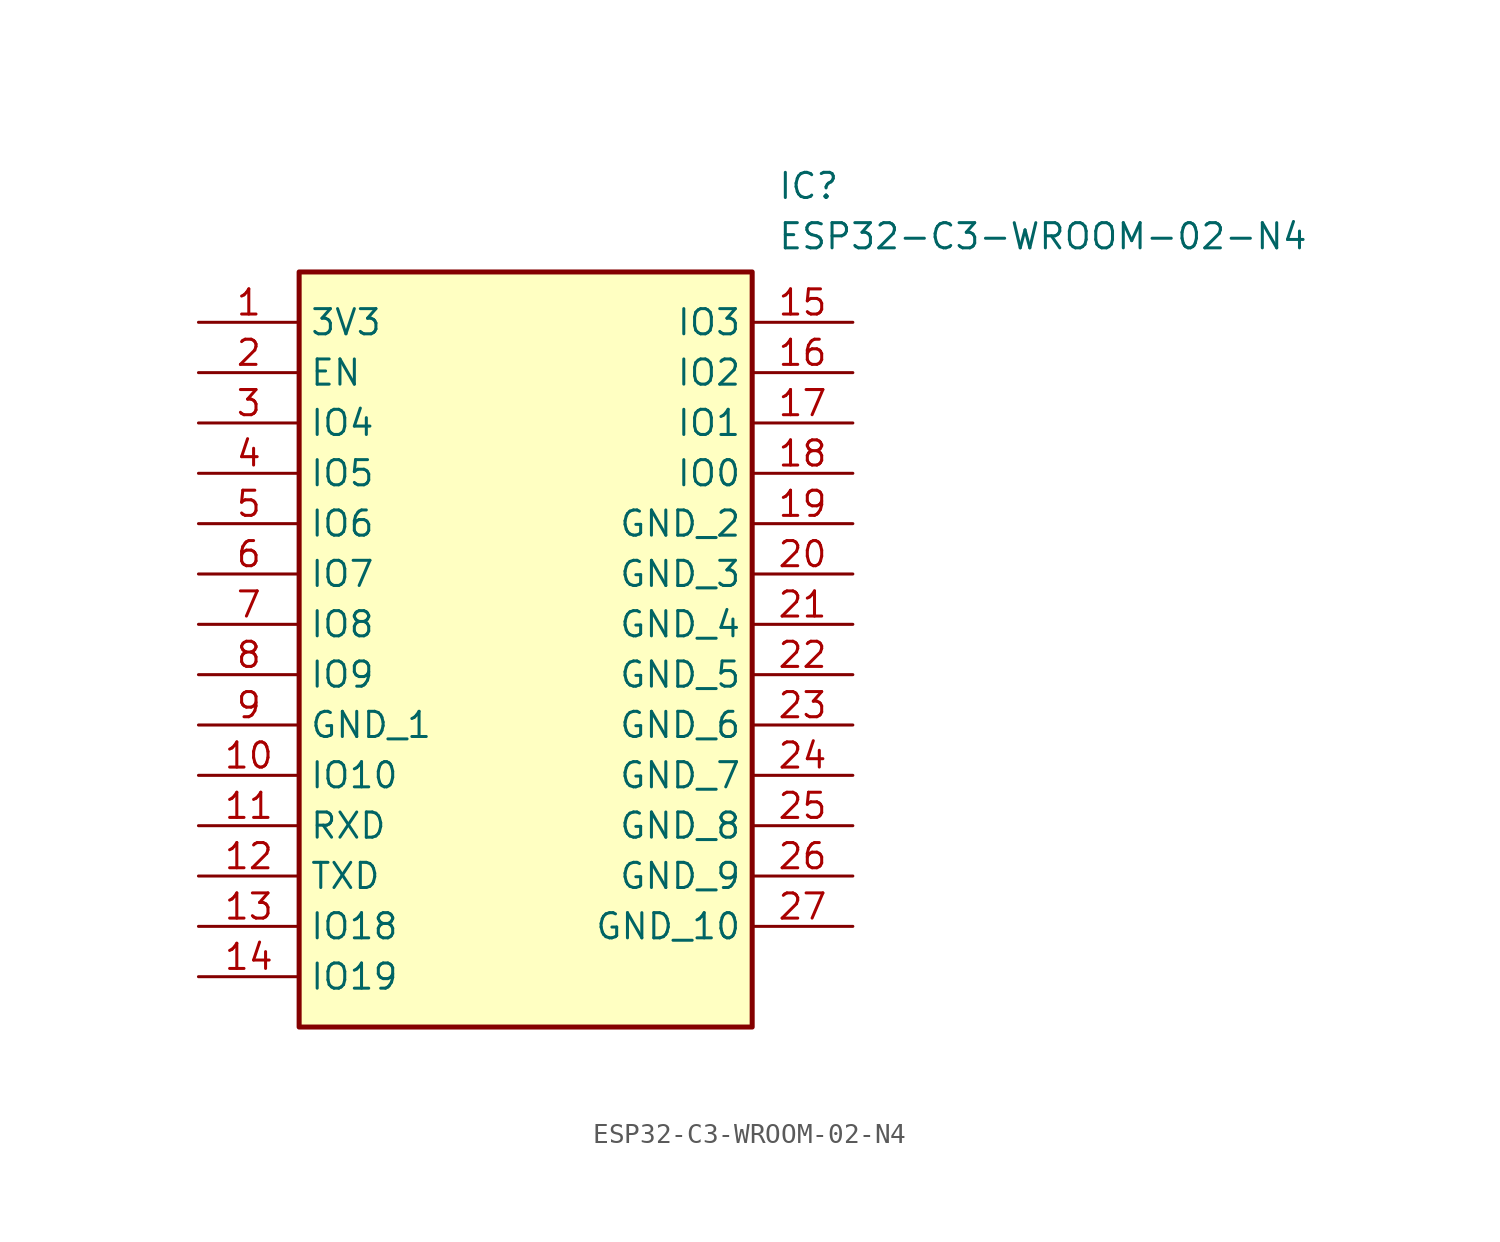
<source format=kicad_sym>
(kicad_symbol_lib
  (version 20241209)
  (generator "kicad_symbol_editor")
  (generator_version "9.0")
  (symbol "ESP32-C3-WROOM-02-N4"
    (property "Reference" "IC"
      (at 29.21 7.62 0)
      (effects (font (size 1.27 1.27)) (justify left top)))
    (property "Value" "ESP32-C3-WROOM-02-N4"
      (at 29.21 5.08 0)
      (effects (font (size 1.27 1.27)) (justify left top)))
    (symbol "ESP32-C3-WROOM-02-N4_1_1"
      (rectangle (start 5.08 2.54) (end 27.94 -35.56) (stroke (width 0.254) (type default)) (fill (type background)))
      (pin passive line (at 0 0 0) (length 5.08) (name "3V3" (effects (font (size 1.27 1.27)))) (number "1" (effects (font (size 1.27 1.27)))))
      (pin passive line (at 0 -2.54 0) (length 5.08) (name "EN" (effects (font (size 1.27 1.27)))) (number "2" (effects (font (size 1.27 1.27)))))
      (pin passive line (at 0 -5.08 0) (length 5.08) (name "IO4" (effects (font (size 1.27 1.27)))) (number "3" (effects (font (size 1.27 1.27)))))
      (pin passive line (at 0 -7.62 0) (length 5.08) (name "IO5" (effects (font (size 1.27 1.27)))) (number "4" (effects (font (size 1.27 1.27)))))
      (pin passive line (at 0 -10.16 0) (length 5.08) (name "IO6" (effects (font (size 1.27 1.27)))) (number "5" (effects (font (size 1.27 1.27)))))
      (pin passive line (at 0 -12.7 0) (length 5.08) (name "IO7" (effects (font (size 1.27 1.27)))) (number "6" (effects (font (size 1.27 1.27)))))
      (pin passive line (at 0 -15.24 0) (length 5.08) (name "IO8" (effects (font (size 1.27 1.27)))) (number "7" (effects (font (size 1.27 1.27)))))
      (pin passive line (at 0 -17.78 0) (length 5.08) (name "IO9" (effects (font (size 1.27 1.27)))) (number "8" (effects (font (size 1.27 1.27)))))
      (pin passive line (at 0 -20.32 0) (length 5.08) (name "GND_1" (effects (font (size 1.27 1.27)))) (number "9" (effects (font (size 1.27 1.27)))))
      (pin passive line (at 0 -22.86 0) (length 5.08) (name "IO10" (effects (font (size 1.27 1.27)))) (number "10" (effects (font (size 1.27 1.27)))))
      (pin passive line (at 0 -25.4 0) (length 5.08) (name "RXD" (effects (font (size 1.27 1.27)))) (number "11" (effects (font (size 1.27 1.27)))))
      (pin passive line (at 0 -27.94 0) (length 5.08) (name "TXD" (effects (font (size 1.27 1.27)))) (number "12" (effects (font (size 1.27 1.27)))))
      (pin passive line (at 0 -30.48 0) (length 5.08) (name "IO18" (effects (font (size 1.27 1.27)))) (number "13" (effects (font (size 1.27 1.27)))))
      (pin passive line (at 0 -33.02 0) (length 5.08) (name "IO19" (effects (font (size 1.27 1.27)))) (number "14" (effects (font (size 1.27 1.27)))))
      (pin passive line (at 33.02 0 180) (length 5.08) (name "IO3" (effects (font (size 1.27 1.27)))) (number "15" (effects (font (size 1.27 1.27)))))
      (pin passive line (at 33.02 -2.54 180) (length 5.08) (name "IO2" (effects (font (size 1.27 1.27)))) (number "16" (effects (font (size 1.27 1.27)))))
      (pin passive line (at 33.02 -5.08 180) (length 5.08) (name "IO1" (effects (font (size 1.27 1.27)))) (number "17" (effects (font (size 1.27 1.27)))))
      (pin passive line (at 33.02 -7.62 180) (length 5.08) (name "IO0" (effects (font (size 1.27 1.27)))) (number "18" (effects (font (size 1.27 1.27)))))
      (pin passive line (at 33.02 -10.16 180) (length 5.08) (name "GND_2" (effects (font (size 1.27 1.27)))) (number "19" (effects (font (size 1.27 1.27)))))
      (pin passive line (at 33.02 -12.7 180) (length 5.08) (name "GND_3" (effects (font (size 1.27 1.27)))) (number "20" (effects (font (size 1.27 1.27)))))
      (pin passive line (at 33.02 -15.24 180) (length 5.08) (name "GND_4" (effects (font (size 1.27 1.27)))) (number "21" (effects (font (size 1.27 1.27)))))
      (pin passive line (at 33.02 -17.78 180) (length 5.08) (name "GND_5" (effects (font (size 1.27 1.27)))) (number "22" (effects (font (size 1.27 1.27)))))
      (pin passive line (at 33.02 -20.32 180) (length 5.08) (name "GND_6" (effects (font (size 1.27 1.27)))) (number "23" (effects (font (size 1.27 1.27)))))
      (pin passive line (at 33.02 -22.86 180) (length 5.08) (name "GND_7" (effects (font (size 1.27 1.27)))) (number "24" (effects (font (size 1.27 1.27)))))
      (pin passive line (at 33.02 -25.4 180) (length 5.08) (name "GND_8" (effects (font (size 1.27 1.27)))) (number "25" (effects (font (size 1.27 1.27)))))
      (pin passive line (at 33.02 -27.94 180) (length 5.08) (name "GND_9" (effects (font (size 1.27 1.27)))) (number "26" (effects (font (size 1.27 1.27)))))
      (pin passive line (at 33.02 -30.48 180) (length 5.08) (name "GND_10" (effects (font (size 1.27 1.27)))) (number "27" (effects (font (size 1.27 1.27))))))))
</source>
